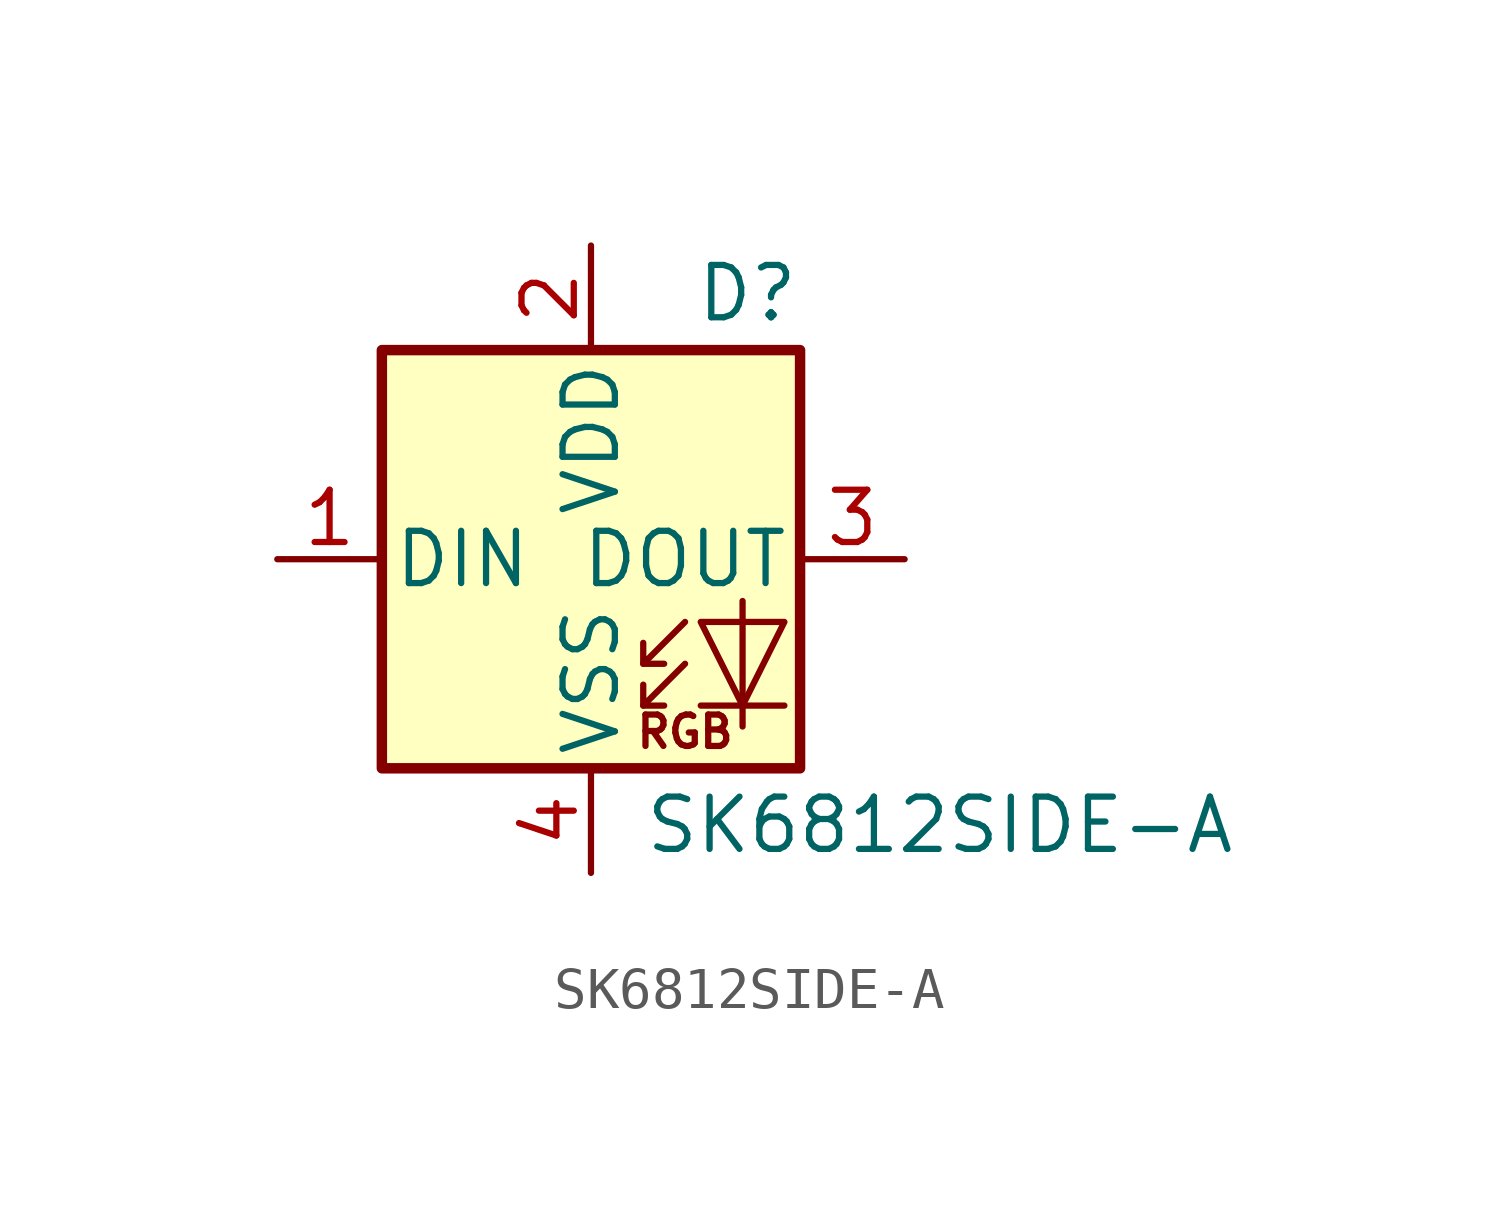
<source format=kicad_sym>
(kicad_symbol_lib
  (version 20220914)
  (generator kicad_symbol_editor)
  (symbol "SK6812SIDE-A"
    (pin_names
      (offset 0.254))
    (property "Reference" "D"
      (at 5.08 5.715 0)
      (effects (font (size 1.27 1.27)) (justify right bottom)))
    (property "Value" "SK6812SIDE-A"
      (at 1.27 -5.715 0)
      (effects (font (size 1.27 1.27)) (justify left top)))
    (symbol "SK6812SIDE-A_0_0"
      (text "RGB" (at 2.286 -4.191 0) (effects (font (size 0.762 0.762)))))
    (symbol "SK6812SIDE-A_0_1"
      (polyline (pts (xy 1.27 -3.556) (xy 1.778 -3.556)) (stroke (width 0) (type solid)) (fill (type none)))
      (polyline (pts (xy 1.27 -2.54) (xy 1.778 -2.54)) (stroke (width 0) (type solid)) (fill (type none)))
      (polyline (pts (xy 4.699 -3.556) (xy 2.667 -3.556)) (stroke (width 0) (type solid)) (fill (type none)))
      (polyline (pts (xy 2.286 -2.54) (xy 1.27 -3.556) (xy 1.27 -3.048)) (stroke (width 0) (type solid)) (fill (type none)))
      (polyline (pts (xy 2.286 -1.524) (xy 1.27 -2.54) (xy 1.27 -2.032)) (stroke (width 0) (type solid)) (fill (type none)))
      (polyline (pts (xy 3.683 -1.016) (xy 3.683 -3.556) (xy 3.683 -4.064)) (stroke (width 0) (type solid)) (fill (type none)))
      (polyline (pts (xy 4.699 -1.524) (xy 2.667 -1.524) (xy 3.683 -3.556) (xy 4.699 -1.524)) (stroke (width 0) (type solid)) (fill (type none)))
      (rectangle (start 5.08 5.08) (end -5.08 -5.08) (stroke (width 0.254) (type solid)) (fill (type background))))
    (symbol "SK6812SIDE-A_1_1"
      (pin input line (at -7.62 0 0) (length 2.54) (name "DIN" (effects (font (size 1.27 1.27)))) (number "1" (effects (font (size 1.27 1.27)))))
      (pin power_in line (at 0 7.62 270) (length 2.54) (name "VDD" (effects (font (size 1.27 1.27)))) (number "2" (effects (font (size 1.27 1.27)))))
      (pin output line (at 7.62 0 180) (length 2.54) (name "DOUT" (effects (font (size 1.27 1.27)))) (number "3" (effects (font (size 1.27 1.27)))))
      (pin power_in line (at 0 -7.62 90) (length 2.54) (name "VSS" (effects (font (size 1.27 1.27)))) (number "4" (effects (font (size 1.27 1.27))))))))
</source>
